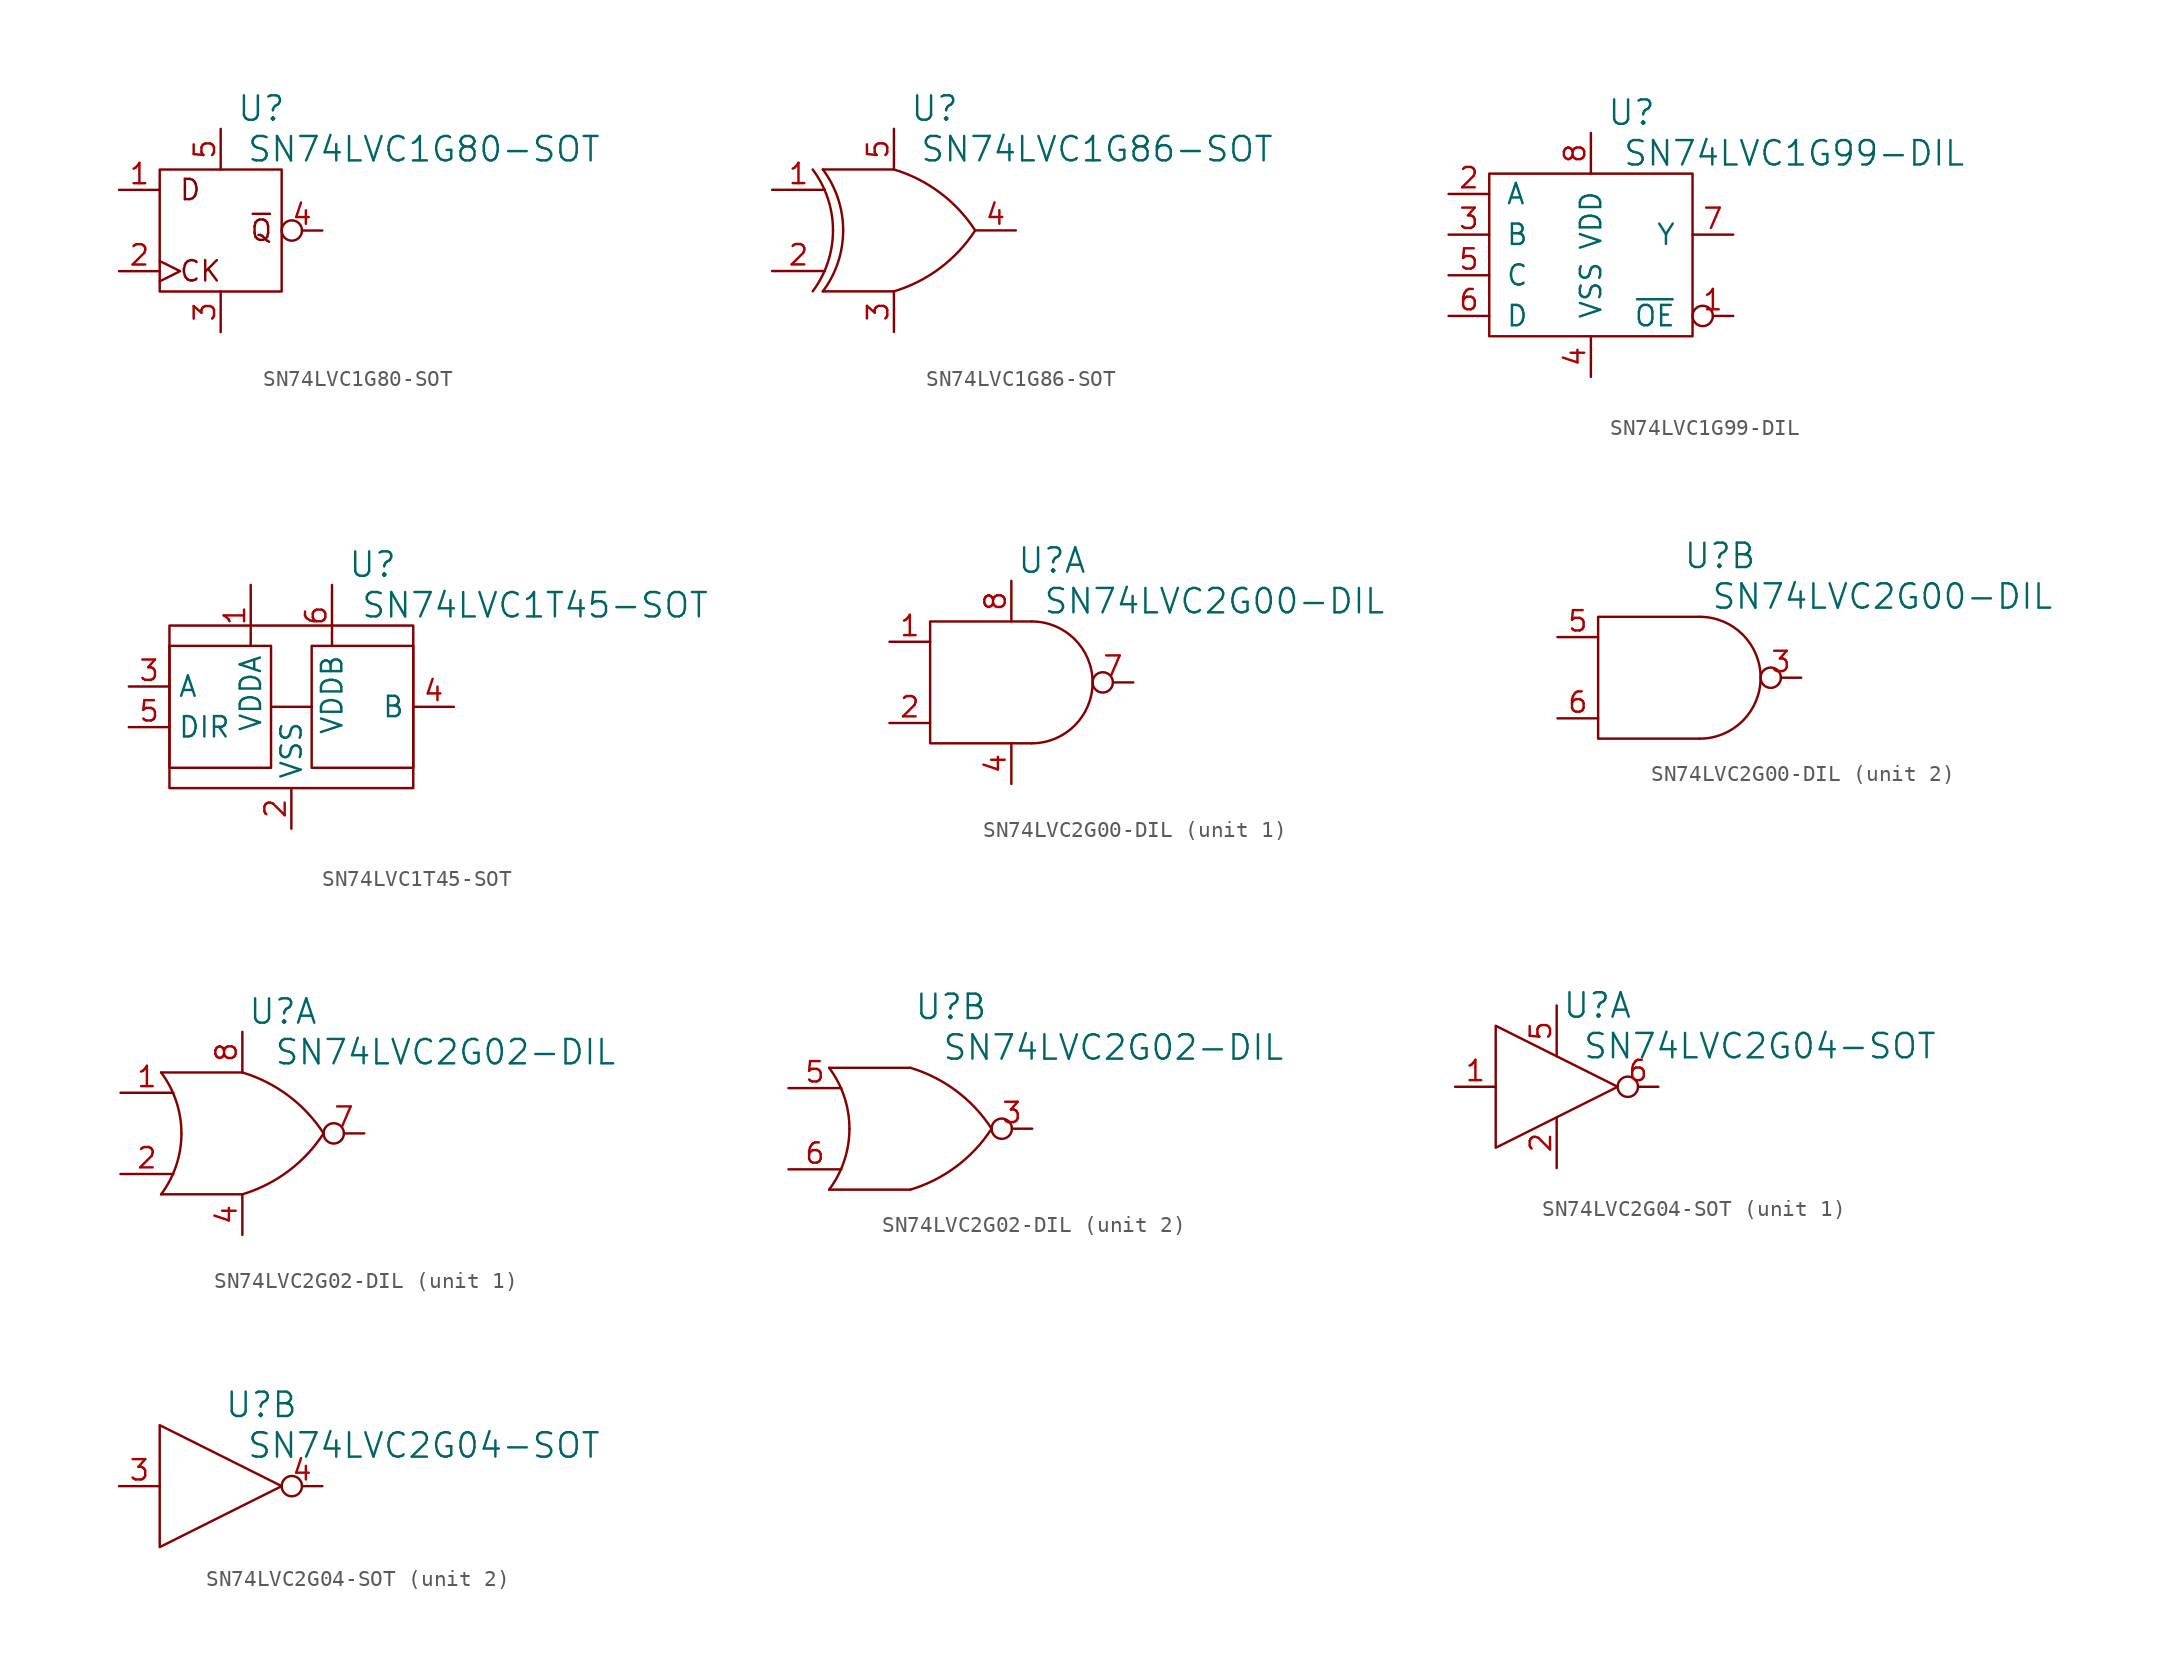
<source format=kicad_sym>
(kicad_symbol_lib
  (version 20220914)
  (generator kicad_symbol_editor)
  (symbol "SN74LVC1G80-SOT"
    (pin_names
      (offset 1.016) hide)
    (property "Reference" "U"
      (at 2.54 7.62 0)
      (effects (font (size 1.524 1.524))))
    (property "Value" "SN74LVC1G80-SOT"
      (at 12.7 5.08 0)
      (effects (font (size 1.524 1.524))))
    (property "Footprint" ""
      (at 0 0 0)
      (effects (font (size 1.524 1.524))))
    (property "Datasheet" ""
      (at 0 0 0)
      (effects (font (size 1.524 1.524))))
    (symbol "SN74LVC1G80-SOT_0_0"
      (text "CK" (at -1.27 -2.54 0) (effects (font (size 1.27 1.27))))
      (text "D" (at -1.905 2.54 0) (effects (font (size 1.27 1.27))))
      (text "~{Q}" (at 2.54 0 0) (effects (font (size 1.27 1.27)))))
    (symbol "SN74LVC1G80-SOT_0_1"
      (rectangle (start -3.81 3.81) (end 3.81 -3.81) (stroke (width 0) (type solid)) (fill (type none))))
    (symbol "SN74LVC1G80-SOT_1_1"
      (pin passive line (at -6.35 2.54 0) (length 2.54) (name "D" (effects (font (size 1.27 1.27)))) (number "1" (effects (font (size 1.27 1.27)))))
      (pin passive clock (at -6.35 -2.54 0) (length 2.54) (name "CLK" (effects (font (size 1.27 1.27)))) (number "2" (effects (font (size 1.27 1.27)))))
      (pin passive line (at 0 -6.35 90) (length 2.54) (name "VSS" (effects (font (size 1.27 1.27)))) (number "3" (effects (font (size 1.27 1.27)))))
      (pin passive inverted (at 6.35 0 180) (length 2.54) (name "Q" (effects (font (size 1.27 1.27)))) (number "4" (effects (font (size 1.27 1.27)))))
      (pin passive line (at 0 6.35 270) (length 2.54) (name "VDD" (effects (font (size 1.27 1.27)))) (number "5" (effects (font (size 1.27 1.27)))))))
  (symbol "SN74LVC1G86-SOT"
    (pin_names
      (offset 1.016) hide)
    (property "Reference" "U"
      (at 2.54 7.62 0)
      (effects (font (size 1.524 1.524))))
    (property "Value" "SN74LVC1G86-SOT"
      (at 12.7 5.08 0)
      (effects (font (size 1.524 1.524))))
    (property "Footprint" ""
      (at 0 0 0)
      (effects (font (size 1.524 1.524))))
    (property "Datasheet" ""
      (at 0 0 0)
      (effects (font (size 1.524 1.524))))
    (symbol "SN74LVC1G86-SOT_0_1"
      (arc (start -5.08 -3.81) (mid -4.1359 -2.008) (end -3.81 0) (stroke (width 0) (type solid)) (fill (type none)))
      (arc (start -4.445 -3.81) (mid -3.5009 -2.008) (end -3.175 0) (stroke (width 0) (type solid)) (fill (type none)))
      (arc (start -3.81 0) (mid -4.1359 2.008) (end -5.08 3.81) (stroke (width 0) (type solid)) (fill (type none)))
      (arc (start -3.175 0) (mid -3.5009 2.008) (end -4.445 3.81) (stroke (width 0) (type solid)) (fill (type none)))
      (arc (start 0 -3.81) (mid 2.8791 -2.3571) (end 5.08 0) (stroke (width 0) (type solid)) (fill (type none)))
      (polyline (pts (xy 0 3.81) (xy -4.445 3.81)) (stroke (width 0) (type solid)) (fill (type none)))
      (polyline (pts (xy -4.445 -3.81) (xy 0 -3.81) (xy 0 -3.81)) (stroke (width 0) (type solid)) (fill (type none)))
      (arc (start 5.08 0) (mid 2.8791 2.3571) (end 0 3.81) (stroke (width 0) (type solid)) (fill (type none))))
    (symbol "SN74LVC1G86-SOT_1_1"
      (pin passive line (at -7.62 2.54 0) (length 3.302) (name "A" (effects (font (size 1.27 1.27)))) (number "1" (effects (font (size 1.27 1.27)))))
      (pin passive line (at -7.62 -2.54 0) (length 3.302) (name "B" (effects (font (size 1.27 1.27)))) (number "2" (effects (font (size 1.27 1.27)))))
      (pin passive line (at 0 -6.35 90) (length 2.54) (name "VSS" (effects (font (size 1.27 1.27)))) (number "3" (effects (font (size 1.27 1.27)))))
      (pin passive line (at 7.62 0 180) (length 2.54) (name "Y" (effects (font (size 1.27 1.27)))) (number "4" (effects (font (size 1.27 1.27)))))
      (pin passive line (at 0 6.35 270) (length 2.54) (name "VDD" (effects (font (size 1.27 1.27)))) (number "5" (effects (font (size 1.27 1.27)))))))
  (symbol "SN74LVC1G99-DIL"
    (pin_names
      (offset 1.016))
    (property "Reference" "U"
      (at 2.54 8.89 0)
      (effects (font (size 1.524 1.524))))
    (property "Value" "SN74LVC1G99-DIL"
      (at 12.7 6.35 0)
      (effects (font (size 1.524 1.524))))
    (property "Footprint" ""
      (at 0 0 0)
      (effects (font (size 1.524 1.524))))
    (property "Datasheet" ""
      (at 0 0 0)
      (effects (font (size 1.524 1.524))))
    (symbol "SN74LVC1G99-DIL_0_1"
      (rectangle (start 6.35 -5.08) (end -6.35 5.08) (stroke (width 0) (type solid)) (fill (type none))))
    (symbol "SN74LVC1G99-DIL_1_1"
      (pin passive inverted (at 8.89 -3.81 180) (length 2.54) (name "~{OE}" (effects (font (size 1.27 1.27)))) (number "1" (effects (font (size 1.27 1.27)))))
      (pin passive line (at -8.89 3.81 0) (length 2.54) (name "A" (effects (font (size 1.27 1.27)))) (number "2" (effects (font (size 1.27 1.27)))))
      (pin passive line (at -8.89 1.27 0) (length 2.54) (name "B" (effects (font (size 1.27 1.27)))) (number "3" (effects (font (size 1.27 1.27)))))
      (pin passive line (at 0 -7.62 90) (length 2.54) (name "VSS" (effects (font (size 1.27 1.27)))) (number "4" (effects (font (size 1.27 1.27)))))
      (pin passive line (at -8.89 -1.27 0) (length 2.54) (name "C" (effects (font (size 1.27 1.27)))) (number "5" (effects (font (size 1.27 1.27)))))
      (pin passive line (at -8.89 -3.81 0) (length 2.54) (name "D" (effects (font (size 1.27 1.27)))) (number "6" (effects (font (size 1.27 1.27)))))
      (pin passive line (at 8.89 1.27 180) (length 2.54) (name "Y" (effects (font (size 1.27 1.27)))) (number "7" (effects (font (size 1.27 1.27)))))
      (pin passive line (at 0 7.62 270) (length 2.54) (name "VDD" (effects (font (size 1.27 1.27)))) (number "8" (effects (font (size 1.27 1.27)))))))
  (symbol "SN74LVC1T45-SOT"
    (property "Reference" "U"
      (at 5.08 8.89 0)
      (effects (font (size 1.524 1.524))))
    (property "Value" "SN74LVC1T45-SOT"
      (at 15.24 6.35 0)
      (effects (font (size 1.524 1.524))))
    (property "Footprint" ""
      (at 0 0 0)
      (effects (font (size 1.524 1.524))))
    (property "Datasheet" ""
      (at 0 0 0)
      (effects (font (size 1.524 1.524))))
    (symbol "SN74LVC1T45-SOT_0_0"
      (rectangle (start -7.62 3.81) (end -1.27 -3.81) (stroke (width 0) (type solid)) (fill (type none)))
      (polyline (pts (xy -1.27 0) (xy 1.27 0)) (stroke (width 0) (type solid)) (fill (type none)))
      (rectangle (start 1.27 3.81) (end 7.62 -3.81) (stroke (width 0) (type solid)) (fill (type none)))
      (rectangle (start 7.62 5.08) (end -7.62 -5.08) (stroke (width 0) (type solid)) (fill (type none))))
    (symbol "SN74LVC1T45-SOT_1_1"
      (pin passive line (at -2.54 7.62 270) (length 3.81) (name "VDDA" (effects (font (size 1.27 1.27)))) (number "1" (effects (font (size 1.27 1.27)))))
      (pin passive line (at 0 -7.62 90) (length 2.54) (name "VSS" (effects (font (size 1.27 1.27)))) (number "2" (effects (font (size 1.27 1.27)))))
      (pin passive line (at -10.16 1.27 0) (length 2.54) (name "A" (effects (font (size 1.27 1.27)))) (number "3" (effects (font (size 1.27 1.27)))))
      (pin passive line (at 10.16 0 180) (length 2.54) (name "B" (effects (font (size 1.27 1.27)))) (number "4" (effects (font (size 1.27 1.27)))))
      (pin passive line (at -10.16 -1.27 0) (length 2.54) (name "DIR" (effects (font (size 1.27 1.27)))) (number "5" (effects (font (size 1.27 1.27)))))
      (pin passive line (at 2.54 7.62 270) (length 3.81) (name "VDDB" (effects (font (size 1.27 1.27)))) (number "6" (effects (font (size 1.27 1.27)))))))
  (symbol "SN74LVC2G00-DIL"
    (pin_names
      (offset 1.016) hide)
    (property "Reference" "U"
      (at 2.54 7.62 0)
      (effects (font (size 1.524 1.524))))
    (property "Value" "SN74LVC2G00-DIL"
      (at 12.7 5.08 0)
      (effects (font (size 1.524 1.524))))
    (property "Footprint" ""
      (at 0 0 0)
      (effects (font (size 1.524 1.524))))
    (property "Datasheet" ""
      (at 0 0 0)
      (effects (font (size 1.524 1.524))))
    (property "ki_locked" ""
      (at 0 0 0)
      (effects (font (size 1.27 1.27))))
    (symbol "SN74LVC2G00-DIL_0_1"
      (polyline (pts (xy 1.27 3.81) (xy -5.08 3.81) (xy -5.08 -3.81) (xy 1.27 -3.81) (xy 1.27 -3.81)) (stroke (width 0) (type solid)) (fill (type none)))
      (arc (start 1.27 -3.81) (mid 5.0634 0) (end 1.27 3.81) (stroke (width 0) (type solid)) (fill (type none))))
    (symbol "SN74LVC2G00-DIL_1_1"
      (pin passive line (at -7.62 2.54 0) (length 2.54) (name "1A" (effects (font (size 1.27 1.27)))) (number "1" (effects (font (size 1.27 1.27)))))
      (pin passive line (at -7.62 -2.54 0) (length 2.54) (name "1B" (effects (font (size 1.27 1.27)))) (number "2" (effects (font (size 1.27 1.27)))))
      (pin passive line (at 0 -6.35 90) (length 2.54) (name "VSS" (effects (font (size 1.27 1.27)))) (number "4" (effects (font (size 1.27 1.27)))))
      (pin passive inverted (at 7.62 0 180) (length 2.54) (name "1Y" (effects (font (size 1.27 1.27)))) (number "7" (effects (font (size 1.27 1.27)))))
      (pin passive line (at 0 6.35 270) (length 2.54) (name "VDD" (effects (font (size 1.27 1.27)))) (number "8" (effects (font (size 1.27 1.27))))))
    (symbol "SN74LVC2G00-DIL_2_1"
      (pin passive inverted (at 7.62 0 180) (length 2.54) (name "2Y" (effects (font (size 1.27 1.27)))) (number "3" (effects (font (size 1.27 1.27)))))
      (pin passive line (at -7.62 2.54 0) (length 2.54) (name "2A" (effects (font (size 1.27 1.27)))) (number "5" (effects (font (size 1.27 1.27)))))
      (pin passive line (at -7.62 -2.54 0) (length 2.54) (name "2B" (effects (font (size 1.27 1.27)))) (number "6" (effects (font (size 1.27 1.27)))))))
  (symbol "SN74LVC2G02-DIL"
    (pin_names
      (offset 1.016) hide)
    (property "Reference" "U"
      (at 2.54 7.62 0)
      (effects (font (size 1.524 1.524))))
    (property "Value" "SN74LVC2G02-DIL"
      (at 12.7 5.08 0)
      (effects (font (size 1.524 1.524))))
    (property "Footprint" ""
      (at 0 0 0)
      (effects (font (size 1.524 1.524))))
    (property "Datasheet" ""
      (at 0 0 0)
      (effects (font (size 1.524 1.524))))
    (property "ki_locked" ""
      (at 0 0 0)
      (effects (font (size 1.27 1.27))))
    (symbol "SN74LVC2G02-DIL_0_1"
      (arc (start -5.08 -3.81) (mid -4.1359 -2.008) (end -3.81 0) (stroke (width 0) (type solid)) (fill (type none)))
      (arc (start -3.81 0) (mid -4.1359 2.008) (end -5.08 3.81) (stroke (width 0) (type solid)) (fill (type none)))
      (arc (start 0 -3.81) (mid 2.8791 -2.3571) (end 5.08 0) (stroke (width 0) (type solid)) (fill (type none)))
      (polyline (pts (xy -5.08 -3.81) (xy 0 -3.81) (xy 0 -3.81)) (stroke (width 0) (type solid)) (fill (type none)))
      (polyline (pts (xy 0 3.81) (xy -5.08 3.81) (xy -5.08 3.81)) (stroke (width 0) (type solid)) (fill (type none)))
      (arc (start 5.08 0) (mid 2.8791 2.3571) (end 0 3.81) (stroke (width 0) (type solid)) (fill (type none))))
    (symbol "SN74LVC2G02-DIL_1_1"
      (pin passive line (at -7.62 2.54 0) (length 3.302) (name "1A" (effects (font (size 1.27 1.27)))) (number "1" (effects (font (size 1.27 1.27)))))
      (pin passive line (at -7.62 -2.54 0) (length 3.302) (name "1B" (effects (font (size 1.27 1.27)))) (number "2" (effects (font (size 1.27 1.27)))))
      (pin passive line (at 0 -6.35 90) (length 2.54) (name "VSS" (effects (font (size 1.27 1.27)))) (number "4" (effects (font (size 1.27 1.27)))))
      (pin passive inverted (at 7.62 0 180) (length 2.54) (name "1Y" (effects (font (size 1.27 1.27)))) (number "7" (effects (font (size 1.27 1.27)))))
      (pin passive line (at 0 6.35 270) (length 2.54) (name "VDD" (effects (font (size 1.27 1.27)))) (number "8" (effects (font (size 1.27 1.27))))))
    (symbol "SN74LVC2G02-DIL_2_1"
      (pin passive inverted (at 7.62 0 180) (length 2.54) (name "2Y" (effects (font (size 1.27 1.27)))) (number "3" (effects (font (size 1.27 1.27)))))
      (pin passive line (at -7.62 2.54 0) (length 3.302) (name "2A" (effects (font (size 1.27 1.27)))) (number "5" (effects (font (size 1.27 1.27)))))
      (pin passive line (at -7.62 -2.54 0) (length 3.302) (name "2B" (effects (font (size 1.27 1.27)))) (number "6" (effects (font (size 1.27 1.27)))))))
  (symbol "SN74LVC2G04-SOT"
    (pin_names
      (offset 1.016) hide)
    (property "Reference" "U"
      (at 2.54 5.08 0)
      (effects (font (size 1.524 1.524))))
    (property "Value" "SN74LVC2G04-SOT"
      (at 12.7 2.54 0)
      (effects (font (size 1.524 1.524))))
    (property "Footprint" ""
      (at 0 0 0)
      (effects (font (size 1.524 1.524))))
    (property "Datasheet" ""
      (at 0 0 0)
      (effects (font (size 1.524 1.524))))
    (property "ki_locked" ""
      (at 0 0 0)
      (effects (font (size 1.27 1.27))))
    (symbol "SN74LVC2G04-SOT_0_1"
      (polyline (pts (xy -3.81 3.81) (xy -3.81 -3.81) (xy 3.81 0) (xy -3.81 3.81) (xy -3.81 3.81)) (stroke (width 0) (type solid)) (fill (type none))))
    (symbol "SN74LVC2G04-SOT_1_1"
      (pin passive line (at -6.35 0 0) (length 2.54) (name "1A" (effects (font (size 1.27 1.27)))) (number "1" (effects (font (size 1.27 1.27)))))
      (pin passive line (at 0 -5.08 90) (length 3.175) (name "VSS" (effects (font (size 1.27 1.27)))) (number "2" (effects (font (size 1.27 1.27)))))
      (pin passive line (at 0 5.08 270) (length 3.175) (name "VDD" (effects (font (size 1.27 1.27)))) (number "5" (effects (font (size 1.27 1.27)))))
      (pin passive inverted (at 6.35 0 180) (length 2.54) (name "1Y" (effects (font (size 1.27 1.27)))) (number "6" (effects (font (size 1.27 1.27))))))
    (symbol "SN74LVC2G04-SOT_2_1"
      (pin passive line (at -6.35 0 0) (length 2.54) (name "2A" (effects (font (size 1.27 1.27)))) (number "3" (effects (font (size 1.27 1.27)))))
      (pin passive inverted (at 6.35 0 180) (length 2.54) (name "2Y" (effects (font (size 1.27 1.27)))) (number "4" (effects (font (size 1.27 1.27))))))))
</source>
